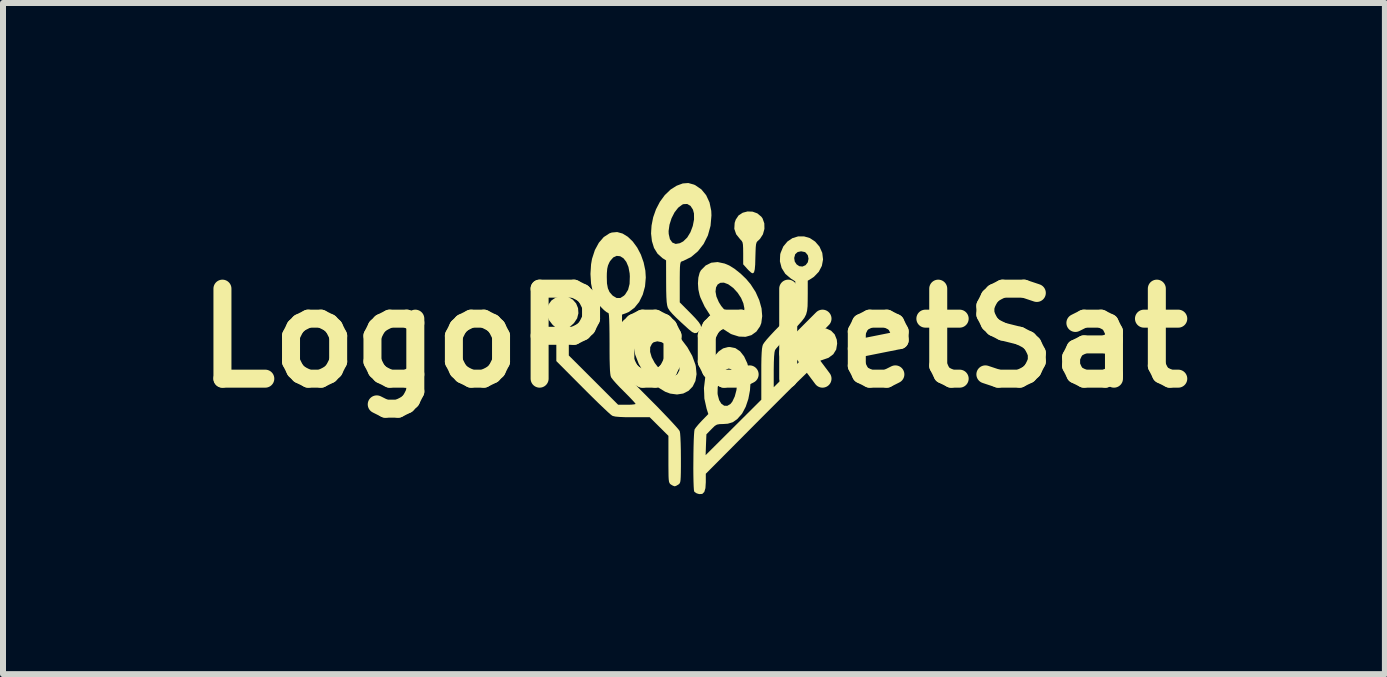
<source format=kicad_pcb>
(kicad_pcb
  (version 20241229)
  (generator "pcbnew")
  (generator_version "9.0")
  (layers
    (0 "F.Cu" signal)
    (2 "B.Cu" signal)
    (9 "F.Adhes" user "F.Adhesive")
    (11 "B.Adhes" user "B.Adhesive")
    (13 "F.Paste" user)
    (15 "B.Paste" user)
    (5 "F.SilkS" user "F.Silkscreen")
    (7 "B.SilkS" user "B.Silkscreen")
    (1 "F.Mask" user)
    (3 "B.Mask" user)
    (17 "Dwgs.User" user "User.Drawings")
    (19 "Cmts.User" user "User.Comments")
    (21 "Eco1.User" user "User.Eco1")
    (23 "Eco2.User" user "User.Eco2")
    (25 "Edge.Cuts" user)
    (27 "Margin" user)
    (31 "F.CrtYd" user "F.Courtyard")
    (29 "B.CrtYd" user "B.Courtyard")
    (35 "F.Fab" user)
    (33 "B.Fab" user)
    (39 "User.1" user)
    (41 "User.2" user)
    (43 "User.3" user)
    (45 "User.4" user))
  (footprint "LogoPocketSat"
    (layer "F.Cu")
    (at 8.514 2.582)
    (property "Reference" "LogoPocketSat" (at 0 0 0) (layer "F.SilkS") (effects (font (size 1.5 1.5) (thickness 0.3))))
    (attr board_only exclude_from_pos_files exclude_from_bom)
    (fp_poly (pts (xy 0.977 -2.105) (xy 1.057 -2.076) (xy 1.123 -2.021) (xy 1.144 -1.992) (xy 1.173 -1.91) (xy 1.175 -1.818) (xy 1.15 -1.727) (xy 1.101 -1.651) (xy 1.074 -1.625) (xy 1.056 -1.609) (xy 1.043 -1.589) (xy 1.035 -1.558) (xy 1.03 -1.51) (xy 1.027 -1.437) (xy 1.024 -1.338) (xy 1.021 -1.223) (xy 1.014 -1.143) (xy 1.002 -1.095) (xy 0.983 -1.077) (xy 0.956 -1.087) (xy 0.918 -1.121) (xy 0.89 -1.15) (xy 0.821 -1.227) (xy 0.821 -1.412) (xy 0.82 -1.498) (xy 0.817 -1.555) (xy 0.81 -1.592) (xy 0.796 -1.618) (xy 0.774 -1.641) (xy 0.772 -1.643) (xy 0.704 -1.728) (xy 0.673 -1.819) (xy 0.679 -1.918) (xy 0.697 -1.972) (xy 0.744 -2.042) (xy 0.813 -2.087) (xy 0.893 -2.108)) (stroke (width 0) (type solid)) (fill yes) (layer "F.SilkS"))
    (fp_poly (pts (xy -0.668 -0.289) (xy -0.608 -0.271) (xy -0.586 -0.263) (xy -0.456 -0.197) (xy -0.329 -0.1) (xy -0.211 0.02) (xy -0.109 0.155) (xy -0.028 0.299) (xy 0.025 0.445) (xy 0.032 0.476) (xy 0.044 0.604) (xy 0.025 0.717) (xy -0.021 0.81) (xy -0.09 0.881) (xy -0.178 0.926) (xy -0.282 0.942) (xy -0.396 0.927) (xy -0.477 0.897) (xy -0.61 0.816) (xy -0.731 0.707) (xy -0.836 0.575) (xy -0.92 0.43) (xy -0.979 0.277) (xy -0.987 0.232) (xy -0.73 0.232) (xy -0.704 0.321) (xy -0.653 0.416) (xy -0.579 0.513) (xy -0.57 0.523) (xy -0.488 0.597) (xy -0.412 0.636) (xy -0.344 0.641) (xy -0.285 0.61) (xy -0.274 0.6) (xy -0.242 0.539) (xy -0.242 0.458) (xy -0.274 0.362) (xy -0.331 0.258) (xy -0.398 0.173) (xy -0.47 0.109) (xy -0.543 0.069) (xy -0.611 0.056) (xy -0.672 0.072) (xy -0.699 0.096) (xy -0.729 0.155) (xy -0.73 0.232) (xy -0.987 0.232) (xy -1.008 0.124) (xy -1.01 0.074) (xy -0.997 -0.052) (xy -0.96 -0.151) (xy -0.897 -0.223) (xy -0.807 -0.271) (xy -0.771 -0.282) (xy -0.717 -0.292)) (stroke (width 0) (type solid)) (fill yes) (layer "F.SilkS"))
    (fp_poly (pts (xy 0.512 -1.24) (xy 0.588 -1.208) (xy 0.678 -1.152) (xy 0.776 -1.074) (xy 0.87 -0.984) (xy 0.944 -0.896) (xy 1.028 -0.766) (xy 1.089 -0.629) (xy 1.127 -0.493) (xy 1.138 -0.364) (xy 1.123 -0.249) (xy 1.102 -0.194) (xy 1.041 -0.106) (xy 0.959 -0.047) (xy 0.861 -0.019) (xy 0.751 -0.023) (xy 0.633 -0.06) (xy 0.612 -0.069) (xy 0.493 -0.145) (xy 0.377 -0.251) (xy 0.27 -0.379) (xy 0.179 -0.522) (xy 0.109 -0.672) (xy 0.095 -0.714) (xy 0.082 -0.772) (xy 0.36 -0.772) (xy 0.375 -0.69) (xy 0.415 -0.597) (xy 0.455 -0.533) (xy 0.528 -0.446) (xy 0.605 -0.383) (xy 0.679 -0.348) (xy 0.747 -0.343) (xy 0.804 -0.369) (xy 0.805 -0.371) (xy 0.836 -0.423) (xy 0.841 -0.493) (xy 0.824 -0.577) (xy 0.786 -0.666) (xy 0.729 -0.753) (xy 0.656 -0.833) (xy 0.653 -0.835) (xy 0.571 -0.895) (xy 0.499 -0.922) (xy 0.44 -0.919) (xy 0.395 -0.891) (xy 0.368 -0.841) (xy 0.36 -0.772) (xy 0.082 -0.772) (xy 0.074 -0.808) (xy 0.067 -0.91) (xy 0.074 -1.006) (xy 0.095 -1.087) (xy 0.116 -1.127) (xy 0.196 -1.208) (xy 0.289 -1.254) (xy 0.395 -1.265)) (stroke (width 0) (type solid)) (fill yes) (layer "F.SilkS"))
    (fp_poly (pts (xy -0.000104 -2.556) (xy 0.022 -2.546) (xy 0.124 -2.476) (xy 0.204 -2.379) (xy 0.26 -2.258) (xy 0.289 -2.118) (xy 0.292 -2.041) (xy 0.277 -1.869) (xy 0.233 -1.709) (xy 0.162 -1.567) (xy 0.067 -1.445) (xy -0.047 -1.349) (xy -0.18 -1.283) (xy -0.203 -1.276) (xy -0.215 -1.269) (xy -0.223 -1.254) (xy -0.229 -1.224) (xy -0.233 -1.176) (xy -0.235 -1.103) (xy -0.236 -1.001) (xy -0.236 -0.929) (xy -0.236 -0.593) (xy -0.057 -0.413) (xy 0.024 -0.329) (xy 0.079 -0.265) (xy 0.111 -0.217) (xy 0.12 -0.178) (xy 0.111 -0.145) (xy 0.085 -0.113) (xy 0.049 -0.085) (xy 0.013 -0.08) (xy -0.03 -0.099) (xy -0.088 -0.146) (xy -0.099 -0.156) (xy -0.211 -0.258) (xy -0.297 -0.339) (xy -0.36 -0.403) (xy -0.403 -0.453) (xy -0.429 -0.493) (xy -0.436 -0.507) (xy -0.446 -0.544) (xy -0.454 -0.6) (xy -0.459 -0.681) (xy -0.462 -0.791) (xy -0.463 -0.932) (xy -0.464 -1.293) (xy -0.524 -1.33) (xy -0.606 -1.404) (xy -0.665 -1.5) (xy -0.7 -1.614) (xy -0.714 -1.74) (xy -0.712 -1.782) (xy -0.422 -1.782) (xy -0.42 -1.733) (xy -0.4 -1.646) (xy -0.36 -1.59) (xy -0.304 -1.567) (xy -0.235 -1.579) (xy -0.178 -1.609) (xy -0.112 -1.673) (xy -0.058 -1.762) (xy -0.019 -1.866) (xy 0.002 -1.974) (xy 0.001 -2.074) (xy -0.016 -2.138) (xy -0.057 -2.201) (xy -0.112 -2.233) (xy -0.175 -2.23) (xy -0.194 -2.222) (xy -0.262 -2.171) (xy -0.323 -2.093) (xy -0.373 -1.995) (xy -0.407 -1.888) (xy -0.422 -1.782) (xy -0.712 -1.782) (xy -0.706 -1.874) (xy -0.679 -2.011) (xy -0.632 -2.144) (xy -0.567 -2.269) (xy -0.485 -2.381) (xy -0.388 -2.474) (xy -0.288 -2.537) (xy -0.186 -2.575) (xy -0.094 -2.582)) (stroke (width 0) (type solid)) (fill yes) (layer "F.SilkS"))
    (fp_poly (pts (xy -1.189 -1.74) (xy -1.101 -1.686) (xy -1.019 -1.607) (xy -0.945 -1.506) (xy -0.884 -1.389) (xy -0.838 -1.259) (xy -0.809 -1.121) (xy -0.802 -1.007) (xy -0.815 -0.858) (xy -0.853 -0.721) (xy -0.912 -0.601) (xy -0.99 -0.504) (xy -1.083 -0.434) (xy -1.129 -0.414) (xy -1.198 -0.389) (xy -1.198 0.083) (xy -1.198 0.555) (xy -0.728 1.028) (xy -0.617 1.139) (xy -0.515 1.245) (xy -0.424 1.34) (xy -0.347 1.423) (xy -0.288 1.488) (xy -0.25 1.533) (xy -0.237 1.553) (xy -0.23 1.59) (xy -0.225 1.659) (xy -0.221 1.755) (xy -0.218 1.874) (xy -0.217 2.009) (xy -0.217 2.01) (xy -0.217 2.143) (xy -0.218 2.244) (xy -0.22 2.317) (xy -0.223 2.367) (xy -0.228 2.4) (xy -0.236 2.42) (xy -0.247 2.434) (xy -0.259 2.443) (xy -0.297 2.465) (xy -0.321 2.472) (xy -0.35 2.462) (xy -0.383 2.443) (xy -0.397 2.432) (xy -0.407 2.417) (xy -0.415 2.395) (xy -0.42 2.359) (xy -0.423 2.304) (xy -0.424 2.226) (xy -0.425 2.119) (xy -0.425 2.022) (xy -0.425 1.631) (xy -0.581 1.476) (xy -0.737 1.321) (xy -1.025 1.321) (xy -1.151 1.32) (xy -1.243 1.316) (xy -1.309 1.31) (xy -1.351 1.3) (xy -1.364 1.294) (xy -1.39 1.274) (xy -1.438 1.231) (xy -1.505 1.168) (xy -1.589 1.088) (xy -1.684 0.995) (xy -1.788 0.892) (xy -1.854 0.826) (xy -2.293 0.385) (xy -2.293 0.112) (xy -2.293 -0.162) (xy -2.358 -0.223) (xy -2.419 -0.302) (xy -2.449 -0.388) (xy -2.45 -0.475) (xy -2.424 -0.556) (xy -2.375 -0.624) (xy -2.304 -0.673) (xy -2.215 -0.697) (xy -2.189 -0.698) (xy -2.095 -0.682) (xy -2.019 -0.639) (xy -1.963 -0.575) (xy -1.931 -0.497) (xy -1.925 -0.412) (xy -1.946 -0.327) (xy -1.998 -0.249) (xy -2.019 -0.229) (xy -2.085 -0.171) (xy -2.085 0.06) (xy -2.085 0.292) (xy -1.674 0.702) (xy -1.263 1.113) (xy -1.118 1.113) (xy -1.049 1.112) (xy -0.998 1.107) (xy -0.973 1.101) (xy -0.972 1.099) (xy -0.985 1.081) (xy -1.02 1.042) (xy -1.072 0.987) (xy -1.137 0.921) (xy -1.162 0.896) (xy -1.234 0.824) (xy -1.297 0.757) (xy -1.346 0.701) (xy -1.375 0.663) (xy -1.379 0.657) (xy -1.388 0.633) (xy -1.394 0.595) (xy -1.399 0.538) (xy -1.402 0.458) (xy -1.405 0.352) (xy -1.406 0.215) (xy -1.406 0.095) (xy -1.407 -0.071) (xy -1.409 -0.207) (xy -1.412 -0.31) (xy -1.416 -0.379) (xy -1.422 -0.412) (xy -1.425 -0.415) (xy -1.454 -0.429) (xy -1.498 -0.464) (xy -1.547 -0.513) (xy -1.594 -0.566) (xy -1.628 -0.616) (xy -1.634 -0.626) (xy -1.683 -0.755) (xy -1.714 -0.906) (xy -1.721 -1.017) (xy -1.452 -1.017) (xy -1.449 -0.909) (xy -1.434 -0.828) (xy -1.407 -0.766) (xy -1.362 -0.714) (xy -1.351 -0.703) (xy -1.288 -0.666) (xy -1.226 -0.666) (xy -1.166 -0.704) (xy -1.145 -0.726) (xy -1.097 -0.803) (xy -1.072 -0.901) (xy -1.068 -1.026) (xy -1.071 -1.076) (xy -1.091 -1.183) (xy -1.127 -1.268) (xy -1.174 -1.328) (xy -1.229 -1.362) (xy -1.287 -1.368) (xy -1.344 -1.342) (xy -1.396 -1.283) (xy -1.409 -1.26) (xy -1.432 -1.208) (xy -1.445 -1.152) (xy -1.451 -1.078) (xy -1.452 -1.017) (xy -1.721 -1.017) (xy -1.724 -1.067) (xy -1.714 -1.227) (xy -1.698 -1.319) (xy -1.65 -1.466) (xy -1.584 -1.587) (xy -1.503 -1.681) (xy -1.408 -1.743) (xy -1.369 -1.757) (xy -1.279 -1.765)) (stroke (width 0) (type solid)) (fill yes) (layer "F.SilkS"))
    (fp_poly (pts (xy 1.931 -1.665) (xy 2.02 -1.606) (xy 2.092 -1.523) (xy 2.139 -1.418) (xy 2.152 -1.308) (xy 2.132 -1.201) (xy 2.081 -1.103) (xy 2 -1.019) (xy 1.954 -0.988) (xy 1.897 -0.954) (xy 1.897 -0.744) (xy 1.896 -0.622) (xy 1.894 -0.528) (xy 1.886 -0.454) (xy 1.87 -0.393) (xy 1.842 -0.338) (xy 1.798 -0.28) (xy 1.736 -0.211) (xy 1.653 -0.126) (xy 1.622 -0.094) (xy 1.542 -0.012) (xy 1.471 0.064) (xy 1.412 0.129) (xy 1.371 0.176) (xy 1.352 0.202) (xy 1.343 0.239) (xy 1.336 0.309) (xy 1.332 0.407) (xy 1.33 0.529) (xy 1.33 0.532) (xy 1.33 0.821) (xy 1.616 0.536) (xy 1.901 0.25) (xy 1.877 0.185) (xy 1.863 0.092) (xy 1.884 -0.001) (xy 1.939 -0.086) (xy 1.941 -0.089) (xy 1.989 -0.133) (xy 2.038 -0.155) (xy 2.097 -0.165) (xy 2.201 -0.159) (xy 2.285 -0.122) (xy 2.346 -0.059) (xy 2.381 0.029) (xy 2.387 0.094) (xy 2.371 0.193) (xy 2.322 0.272) (xy 2.243 0.331) (xy 2.133 0.369) (xy 2.127 0.37) (xy 2.108 0.379) (xy 2.077 0.403) (xy 2.031 0.442) (xy 1.97 0.497) (xy 1.891 0.572) (xy 1.794 0.666) (xy 1.676 0.781) (xy 1.537 0.919) (xy 1.375 1.081) (xy 1.188 1.268) (xy 1.134 1.322) (xy 0.198 2.263) (xy 0.198 2.404) (xy 0.192 2.502) (xy 0.173 2.566) (xy 0.139 2.599) (xy 0.088 2.602) (xy 0.047 2.59) (xy 0.013 2.568) (xy 0.005 2.559) (xy -0.000166 2.532) (xy -0.004 2.474) (xy -0.007 2.391) (xy -0.009 2.289) (xy -0.01 2.173) (xy -0.009 2.051) (xy -0.008 1.928) (xy -0.006 1.811) (xy -0.003 1.706) (xy 0.001 1.619) (xy 0.006 1.556) (xy 0.011 1.524) (xy 0.012 1.523) (xy 0.035 1.489) (xy 0.076 1.44) (xy 0.128 1.383) (xy 0.136 1.375) (xy 0.24 1.268) (xy 0.211 1.177) (xy 0.174 1.01) (xy 0.171 0.92) (xy 0.394 0.92) (xy 0.397 0.948) (xy 0.42 1.035) (xy 0.457 1.096) (xy 0.504 1.129) (xy 0.557 1.131) (xy 0.609 1.1) (xy 0.64 1.061) (xy 0.681 0.974) (xy 0.709 0.867) (xy 0.72 0.758) (xy 0.716 0.69) (xy 0.695 0.618) (xy 0.658 0.558) (xy 0.614 0.519) (xy 0.58 0.51) (xy 0.531 0.527) (xy 0.484 0.575) (xy 0.445 0.646) (xy 0.414 0.732) (xy 0.396 0.826) (xy 0.394 0.92) (xy 0.171 0.92) (xy 0.167 0.836) (xy 0.188 0.662) (xy 0.235 0.498) (xy 0.308 0.352) (xy 0.338 0.309) (xy 0.412 0.225) (xy 0.486 0.174) (xy 0.568 0.152) (xy 0.6 0.151) (xy 0.69 0.169) (xy 0.769 0.222) (xy 0.836 0.307) (xy 0.89 0.423) (xy 0.928 0.569) (xy 0.932 0.592) (xy 0.944 0.728) (xy 0.934 0.873) (xy 0.907 1.016) (xy 0.863 1.147) (xy 0.806 1.255) (xy 0.794 1.271) (xy 0.721 1.353) (xy 0.648 1.404) (xy 0.565 1.429) (xy 0.492 1.434) (xy 0.427 1.436) (xy 0.384 1.444) (xy 0.347 1.466) (xy 0.303 1.509) (xy 0.292 1.52) (xy 0.208 1.606) (xy 0.201 1.779) (xy 0.195 1.953) (xy 0.659 1.491) (xy 1.123 1.029) (xy 1.123 0.602) (xy 1.123 0.451) (xy 1.125 0.335) (xy 1.129 0.246) (xy 1.134 0.182) (xy 1.142 0.137) (xy 1.15 0.111) (xy 1.172 0.077) (xy 1.216 0.022) (xy 1.278 -0.047) (xy 1.351 -0.125) (xy 1.414 -0.189) (xy 1.514 -0.289) (xy 1.587 -0.369) (xy 1.636 -0.429) (xy 1.664 -0.474) (xy 1.67 -0.491) (xy 1.678 -0.538) (xy 1.684 -0.611) (xy 1.688 -0.698) (xy 1.689 -0.75) (xy 1.689 -0.943) (xy 1.614 -0.991) (xy 1.523 -1.068) (xy 1.462 -1.166) (xy 1.433 -1.276) (xy 1.435 -1.333) (xy 1.671 -1.333) (xy 1.68 -1.274) (xy 1.711 -1.226) (xy 1.756 -1.196) (xy 1.809 -1.19) (xy 1.861 -1.213) (xy 1.898 -1.261) (xy 1.91 -1.321) (xy 1.898 -1.379) (xy 1.862 -1.423) (xy 1.847 -1.432) (xy 1.786 -1.444) (xy 1.729 -1.432) (xy 1.69 -1.398) (xy 1.688 -1.396) (xy 1.671 -1.333) (xy 1.435 -1.333) (xy 1.438 -1.392) (xy 1.444 -1.416) (xy 1.489 -1.524) (xy 1.557 -1.606) (xy 1.641 -1.663) (xy 1.735 -1.692) (xy 1.834 -1.693)) (stroke (width 0) (type solid)) (fill yes) (layer "F.SilkS")))
  (gr_rect
    (start -3 -3)
    (end 20.029 8.184)
    (stroke (width 0.1) (type default))
    (fill no)
    (layer "Edge.Cuts")))
</source>
